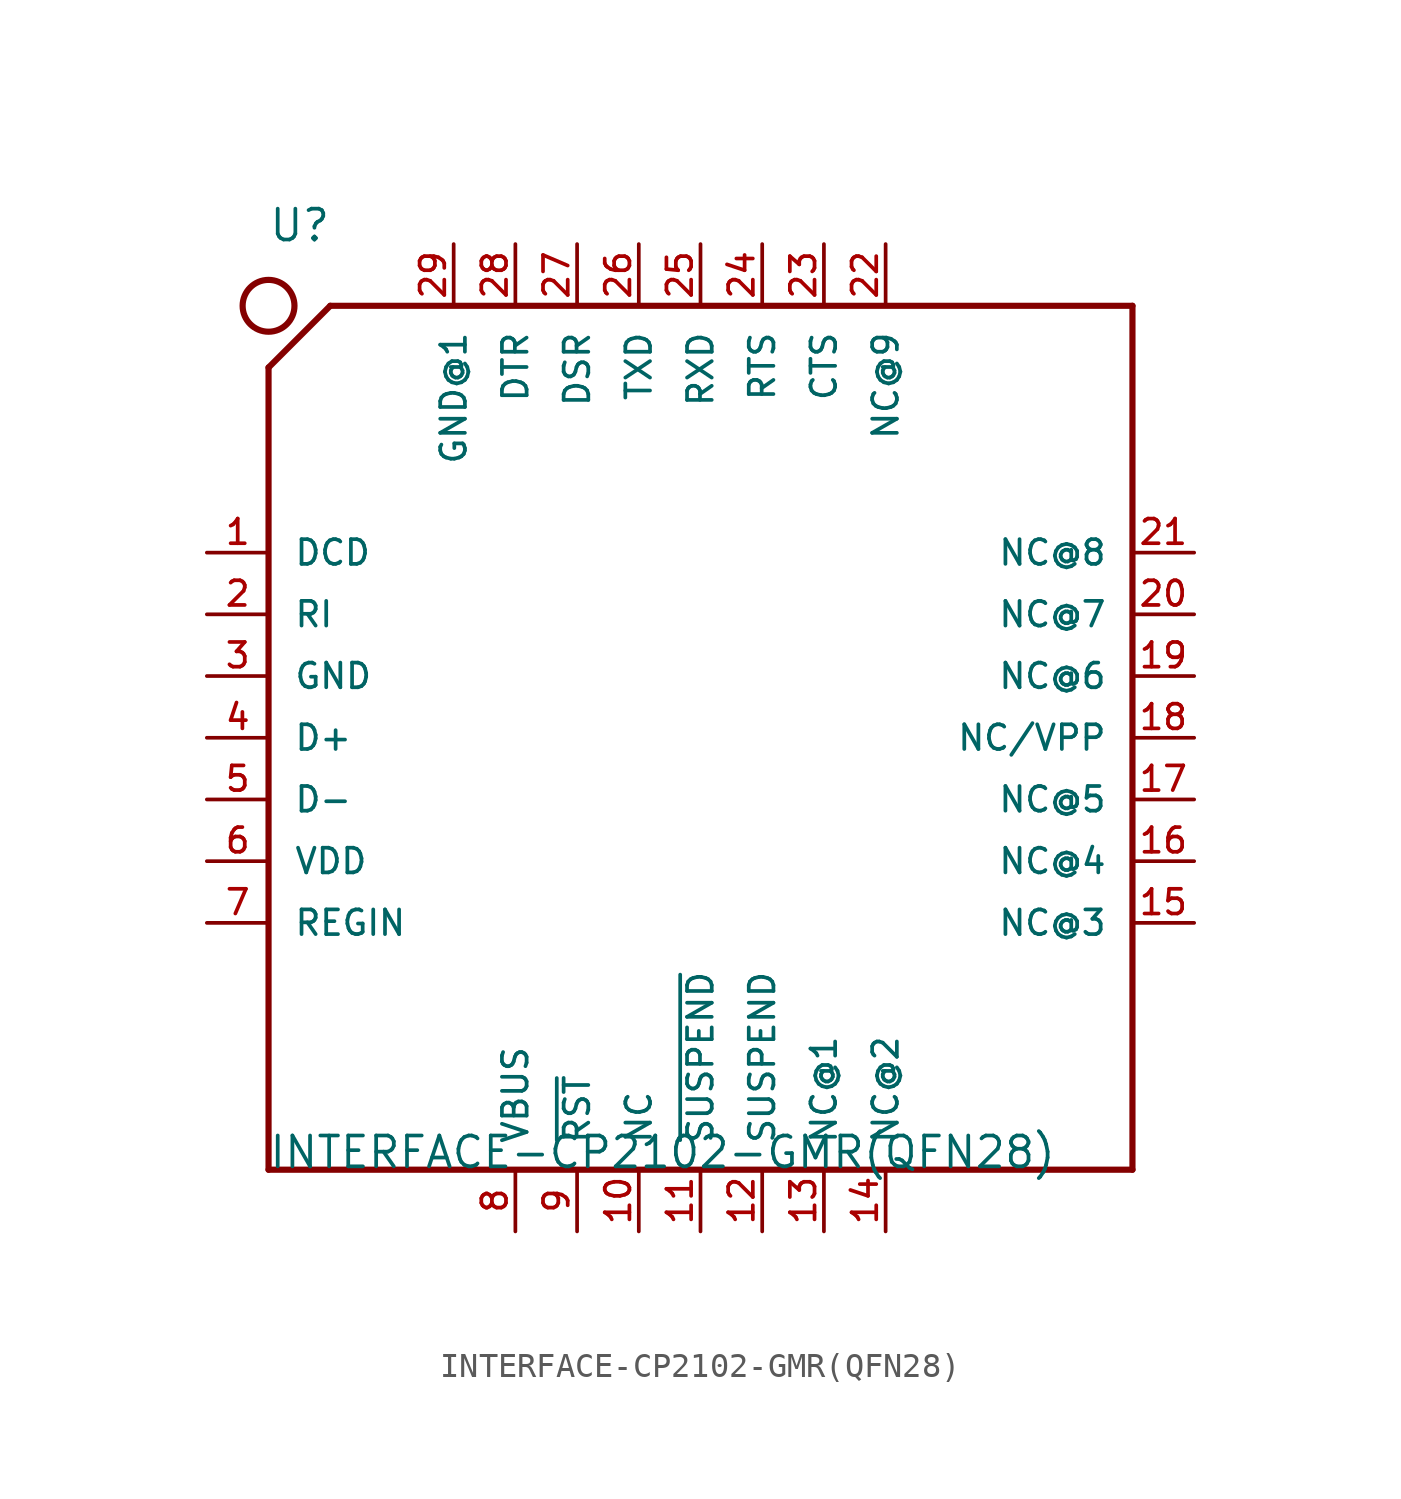
<source format=kicad_sym>
(kicad_symbol_lib
  (version 20211014)
  (generator kicad_symbol_editor)
  (symbol "INTERFACE-CP2102-GMR(QFN28)"
    (pin_names
      (offset 1.016))
    (property "Reference" "U"
      (at -17.805 20.345 0)
      (effects (font (size 1.27 1.27)) (justify left bottom)))
    (property "Value" "INTERFACE-CP2102-GMR(QFN28)"
      (at -17.805 -17.805 0)
      (effects (font (size 1.27 1.27)) (justify left bottom)))
    (symbol "INTERFACE-CP2102-GMR(QFN28)_0_0"
      (circle (center -17.78 17.78) (radius 1.067) (stroke (width 0.254) (type default) (color 0 0 0 0)) (fill (type none)))
      (polyline (pts (xy -17.78 -17.78) (xy -17.78 15.24)) (stroke (width 0.254) (type default) (color 0 0 0 0)) (fill (type none)))
      (polyline (pts (xy -17.78 15.24) (xy -15.24 17.78)) (stroke (width 0.254) (type default) (color 0 0 0 0)) (fill (type none)))
      (polyline (pts (xy -15.24 17.78) (xy 17.78 17.78)) (stroke (width 0.254) (type default) (color 0 0 0 0)) (fill (type none)))
      (polyline (pts (xy 17.78 -17.78) (xy -17.78 -17.78)) (stroke (width 0.254) (type default) (color 0 0 0 0)) (fill (type none)))
      (polyline (pts (xy 17.78 17.78) (xy 17.78 -17.78)) (stroke (width 0.254) (type default) (color 0 0 0 0)) (fill (type none)))
      (pin bidirectional line (at -20.32 7.62 0) (length 2.54) (name "DCD" (effects (font (size 1.016 1.016)))) (number "1" (effects (font (size 1.016 1.016)))))
      (pin bidirectional line (at -2.54 -20.32 90) (length 2.54) (name "NC" (effects (font (size 1.016 1.016)))) (number "10" (effects (font (size 1.016 1.016)))))
      (pin bidirectional line (at 0 -20.32 90) (length 2.54) (name "~{SUSPEND}" (effects (font (size 1.016 1.016)))) (number "11" (effects (font (size 1.016 1.016)))))
      (pin bidirectional line (at 2.54 -20.32 90) (length 2.54) (name "SUSPEND" (effects (font (size 1.016 1.016)))) (number "12" (effects (font (size 1.016 1.016)))))
      (pin bidirectional line (at 5.08 -20.32 90) (length 2.54) (name "NC@1" (effects (font (size 1.016 1.016)))) (number "13" (effects (font (size 1.016 1.016)))))
      (pin bidirectional line (at 7.62 -20.32 90) (length 2.54) (name "NC@2" (effects (font (size 1.016 1.016)))) (number "14" (effects (font (size 1.016 1.016)))))
      (pin bidirectional line (at 20.32 -7.62 180) (length 2.54) (name "NC@3" (effects (font (size 1.016 1.016)))) (number "15" (effects (font (size 1.016 1.016)))))
      (pin bidirectional line (at 20.32 -5.08 180) (length 2.54) (name "NC@4" (effects (font (size 1.016 1.016)))) (number "16" (effects (font (size 1.016 1.016)))))
      (pin bidirectional line (at 20.32 -2.54 180) (length 2.54) (name "NC@5" (effects (font (size 1.016 1.016)))) (number "17" (effects (font (size 1.016 1.016)))))
      (pin bidirectional line (at 20.32 0 180) (length 2.54) (name "NC/VPP" (effects (font (size 1.016 1.016)))) (number "18" (effects (font (size 1.016 1.016)))))
      (pin bidirectional line (at 20.32 2.54 180) (length 2.54) (name "NC@6" (effects (font (size 1.016 1.016)))) (number "19" (effects (font (size 1.016 1.016)))))
      (pin bidirectional line (at -20.32 5.08 0) (length 2.54) (name "RI" (effects (font (size 1.016 1.016)))) (number "2" (effects (font (size 1.016 1.016)))))
      (pin bidirectional line (at 20.32 5.08 180) (length 2.54) (name "NC@7" (effects (font (size 1.016 1.016)))) (number "20" (effects (font (size 1.016 1.016)))))
      (pin bidirectional line (at 20.32 7.62 180) (length 2.54) (name "NC@8" (effects (font (size 1.016 1.016)))) (number "21" (effects (font (size 1.016 1.016)))))
      (pin bidirectional line (at 7.62 20.32 270) (length 2.54) (name "NC@9" (effects (font (size 1.016 1.016)))) (number "22" (effects (font (size 1.016 1.016)))))
      (pin bidirectional line (at 5.08 20.32 270) (length 2.54) (name "CTS" (effects (font (size 1.016 1.016)))) (number "23" (effects (font (size 1.016 1.016)))))
      (pin bidirectional line (at 2.54 20.32 270) (length 2.54) (name "RTS" (effects (font (size 1.016 1.016)))) (number "24" (effects (font (size 1.016 1.016)))))
      (pin bidirectional line (at 0 20.32 270) (length 2.54) (name "RXD" (effects (font (size 1.016 1.016)))) (number "25" (effects (font (size 1.016 1.016)))))
      (pin bidirectional line (at -2.54 20.32 270) (length 2.54) (name "TXD" (effects (font (size 1.016 1.016)))) (number "26" (effects (font (size 1.016 1.016)))))
      (pin bidirectional line (at -5.08 20.32 270) (length 2.54) (name "DSR" (effects (font (size 1.016 1.016)))) (number "27" (effects (font (size 1.016 1.016)))))
      (pin bidirectional line (at -7.62 20.32 270) (length 2.54) (name "DTR" (effects (font (size 1.016 1.016)))) (number "28" (effects (font (size 1.016 1.016)))))
      (pin bidirectional line (at -10.16 20.32 270) (length 2.54) (name "GND@1" (effects (font (size 1.016 1.016)))) (number "29" (effects (font (size 1.016 1.016)))))
      (pin bidirectional line (at -20.32 2.54 0) (length 2.54) (name "GND" (effects (font (size 1.016 1.016)))) (number "3" (effects (font (size 1.016 1.016)))))
      (pin bidirectional line (at -20.32 0 0) (length 2.54) (name "D+" (effects (font (size 1.016 1.016)))) (number "4" (effects (font (size 1.016 1.016)))))
      (pin bidirectional line (at -20.32 -2.54 0) (length 2.54) (name "D-" (effects (font (size 1.016 1.016)))) (number "5" (effects (font (size 1.016 1.016)))))
      (pin bidirectional line (at -20.32 -5.08 0) (length 2.54) (name "VDD" (effects (font (size 1.016 1.016)))) (number "6" (effects (font (size 1.016 1.016)))))
      (pin bidirectional line (at -20.32 -7.62 0) (length 2.54) (name "REGIN" (effects (font (size 1.016 1.016)))) (number "7" (effects (font (size 1.016 1.016)))))
      (pin bidirectional line (at -7.62 -20.32 90) (length 2.54) (name "VBUS" (effects (font (size 1.016 1.016)))) (number "8" (effects (font (size 1.016 1.016)))))
      (pin bidirectional line (at -5.08 -20.32 90) (length 2.54) (name "~{RST}" (effects (font (size 1.016 1.016)))) (number "9" (effects (font (size 1.016 1.016))))))))
</source>
